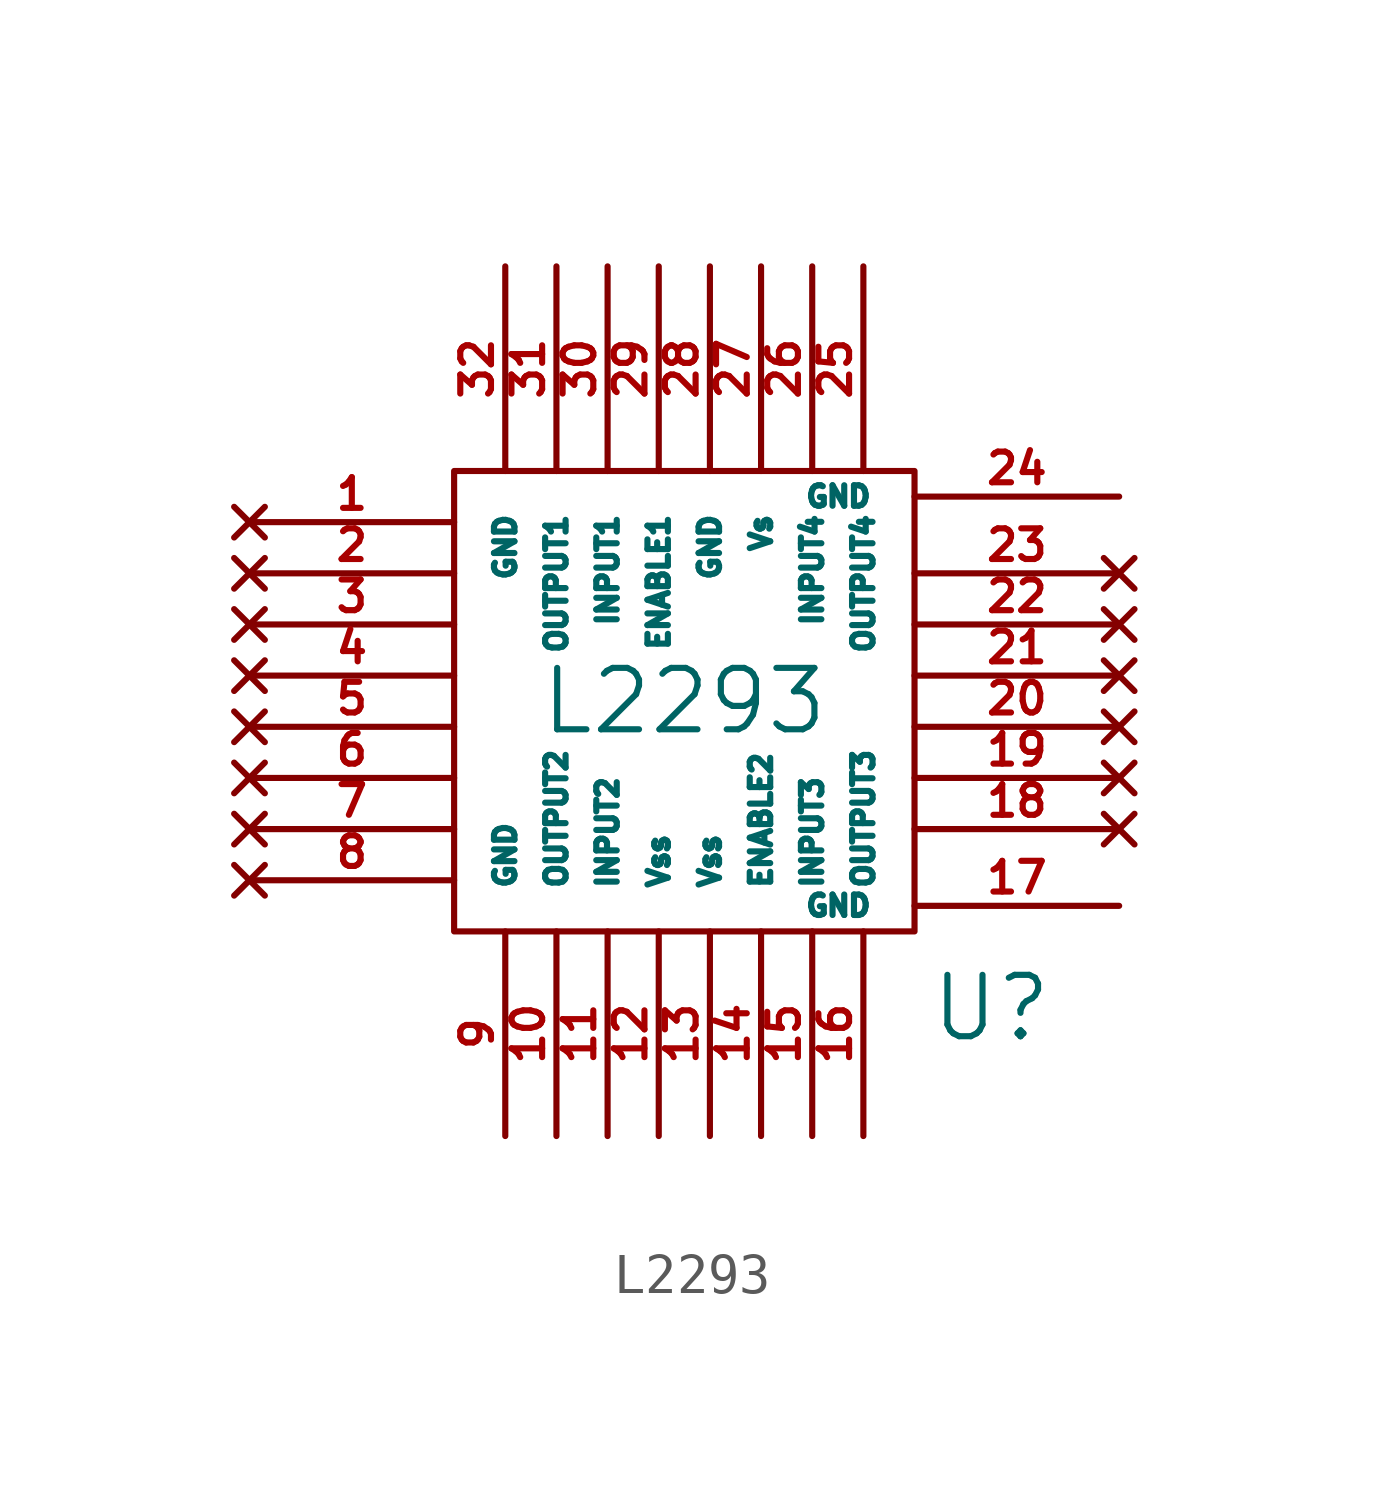
<source format=kicad_sym>
(kicad_symbol_lib
  (version 20220914)
  (generator kicad_symbol_editor)
  (symbol "L2293"
    (pin_names
      (offset 1.016))
    (property "Reference" "U"
      (at 7.62 -7.62 0)
      (effects (font (size 1.524 1.524))))
    (property "Value" "L2293"
      (at 0 0 0)
      (effects (font (size 1.524 1.524))))
    (symbol "L2293_0_1"
      (rectangle (start -5.715 5.715) (end 5.715 -5.715) (stroke (width 0) (type solid)) (fill (type none))))
    (symbol "L2293_1_1"
      (pin no_connect line (at -10.795 4.445 0) (length 5.08) (name "~" (effects (font (size 0.991 0.991)))) (number "1" (effects (font (size 0.762 0.762)))))
      (pin input line (at -3.175 -10.795 90) (length 5.08) (name "OUTPUT2" (effects (font (size 0.508 0.508)))) (number "10" (effects (font (size 0.762 0.762)))))
      (pin input line (at -1.905 -10.795 90) (length 5.08) (name "INPUT2" (effects (font (size 0.508 0.508)))) (number "11" (effects (font (size 0.762 0.762)))))
      (pin input line (at -0.635 -10.795 90) (length 5.08) (name "Vss" (effects (font (size 0.508 0.508)))) (number "12" (effects (font (size 0.762 0.762)))))
      (pin input line (at 0.635 -10.795 90) (length 5.08) (name "Vss" (effects (font (size 0.508 0.508)))) (number "13" (effects (font (size 0.762 0.762)))))
      (pin input line (at 1.905 -10.795 90) (length 5.08) (name "ENABLE2" (effects (font (size 0.508 0.508)))) (number "14" (effects (font (size 0.762 0.762)))))
      (pin input line (at 3.175 -10.795 90) (length 5.08) (name "INPUT3" (effects (font (size 0.508 0.508)))) (number "15" (effects (font (size 0.762 0.762)))))
      (pin input line (at 4.445 -10.795 90) (length 5.08) (name "OUTPUT3" (effects (font (size 0.508 0.508)))) (number "16" (effects (font (size 0.762 0.762)))))
      (pin input line (at 10.795 -5.08 180) (length 5.08) (name "GND" (effects (font (size 0.508 0.508)))) (number "17" (effects (font (size 0.762 0.762)))))
      (pin no_connect line (at 10.795 -3.175 180) (length 5.08) (name "~" (effects (font (size 1.27 1.27)))) (number "18" (effects (font (size 0.762 0.762)))))
      (pin no_connect line (at 10.795 -1.905 180) (length 5.08) (name "~" (effects (font (size 1.27 1.27)))) (number "19" (effects (font (size 0.762 0.762)))))
      (pin no_connect line (at -10.795 3.175 0) (length 5.08) (name "~" (effects (font (size 1.27 1.27)))) (number "2" (effects (font (size 0.762 0.762)))))
      (pin no_connect line (at 10.795 -0.635 180) (length 5.08) (name "~" (effects (font (size 1.27 1.27)))) (number "20" (effects (font (size 0.762 0.762)))))
      (pin no_connect line (at 10.795 0.635 180) (length 5.08) (name "~" (effects (font (size 1.27 1.27)))) (number "21" (effects (font (size 0.762 0.762)))))
      (pin no_connect line (at 10.795 1.905 180) (length 5.08) (name "~" (effects (font (size 1.27 1.27)))) (number "22" (effects (font (size 0.762 0.762)))))
      (pin no_connect line (at 10.795 3.175 180) (length 5.08) (name "~" (effects (font (size 1.27 1.27)))) (number "23" (effects (font (size 0.762 0.762)))))
      (pin input line (at 10.795 5.08 180) (length 5.08) (name "GND" (effects (font (size 0.508 0.508)))) (number "24" (effects (font (size 0.762 0.762)))))
      (pin input line (at 4.445 10.795 270) (length 5.08) (name "OUTPUT4" (effects (font (size 0.508 0.508)))) (number "25" (effects (font (size 0.762 0.762)))))
      (pin input line (at 3.175 10.795 270) (length 5.08) (name "INPUT4" (effects (font (size 0.508 0.508)))) (number "26" (effects (font (size 0.762 0.762)))))
      (pin input line (at 1.905 10.795 270) (length 5.08) (name "Vs" (effects (font (size 0.508 0.508)))) (number "27" (effects (font (size 0.762 0.762)))))
      (pin input line (at 0.635 10.795 270) (length 5.08) (name "GND" (effects (font (size 0.508 0.508)))) (number "28" (effects (font (size 0.762 0.762)))))
      (pin input line (at -0.635 10.795 270) (length 5.08) (name "ENABLE1" (effects (font (size 0.508 0.508)))) (number "29" (effects (font (size 0.762 0.762)))))
      (pin no_connect line (at -10.795 1.905 0) (length 5.08) (name "~" (effects (font (size 1.27 1.27)))) (number "3" (effects (font (size 0.762 0.762)))))
      (pin input line (at -1.905 10.795 270) (length 5.08) (name "INPUT1" (effects (font (size 0.508 0.508)))) (number "30" (effects (font (size 0.762 0.762)))))
      (pin input line (at -3.175 10.795 270) (length 5.08) (name "OUTPUT1" (effects (font (size 0.508 0.508)))) (number "31" (effects (font (size 0.762 0.762)))))
      (pin input line (at -4.445 10.795 270) (length 5.08) (name "GND" (effects (font (size 0.508 0.508)))) (number "32" (effects (font (size 0.762 0.762)))))
      (pin no_connect line (at -10.795 0.635 0) (length 5.08) (name "~" (effects (font (size 1.27 1.27)))) (number "4" (effects (font (size 0.762 0.762)))))
      (pin no_connect line (at -10.795 -0.635 0) (length 5.08) (name "~" (effects (font (size 1.27 1.27)))) (number "5" (effects (font (size 0.762 0.762)))))
      (pin no_connect line (at -10.795 -1.905 0) (length 5.08) (name "~" (effects (font (size 1.27 1.27)))) (number "6" (effects (font (size 0.762 0.762)))))
      (pin no_connect line (at -10.795 -3.175 0) (length 5.08) (name "~" (effects (font (size 1.27 1.27)))) (number "7" (effects (font (size 0.762 0.762)))))
      (pin no_connect line (at -10.795 -4.445 0) (length 5.08) (name "~" (effects (font (size 1.27 1.27)))) (number "8" (effects (font (size 0.762 0.762)))))
      (pin input line (at -4.445 -10.795 90) (length 5.08) (name "GND" (effects (font (size 0.508 0.508)))) (number "9" (effects (font (size 0.762 0.762))))))))
</source>
